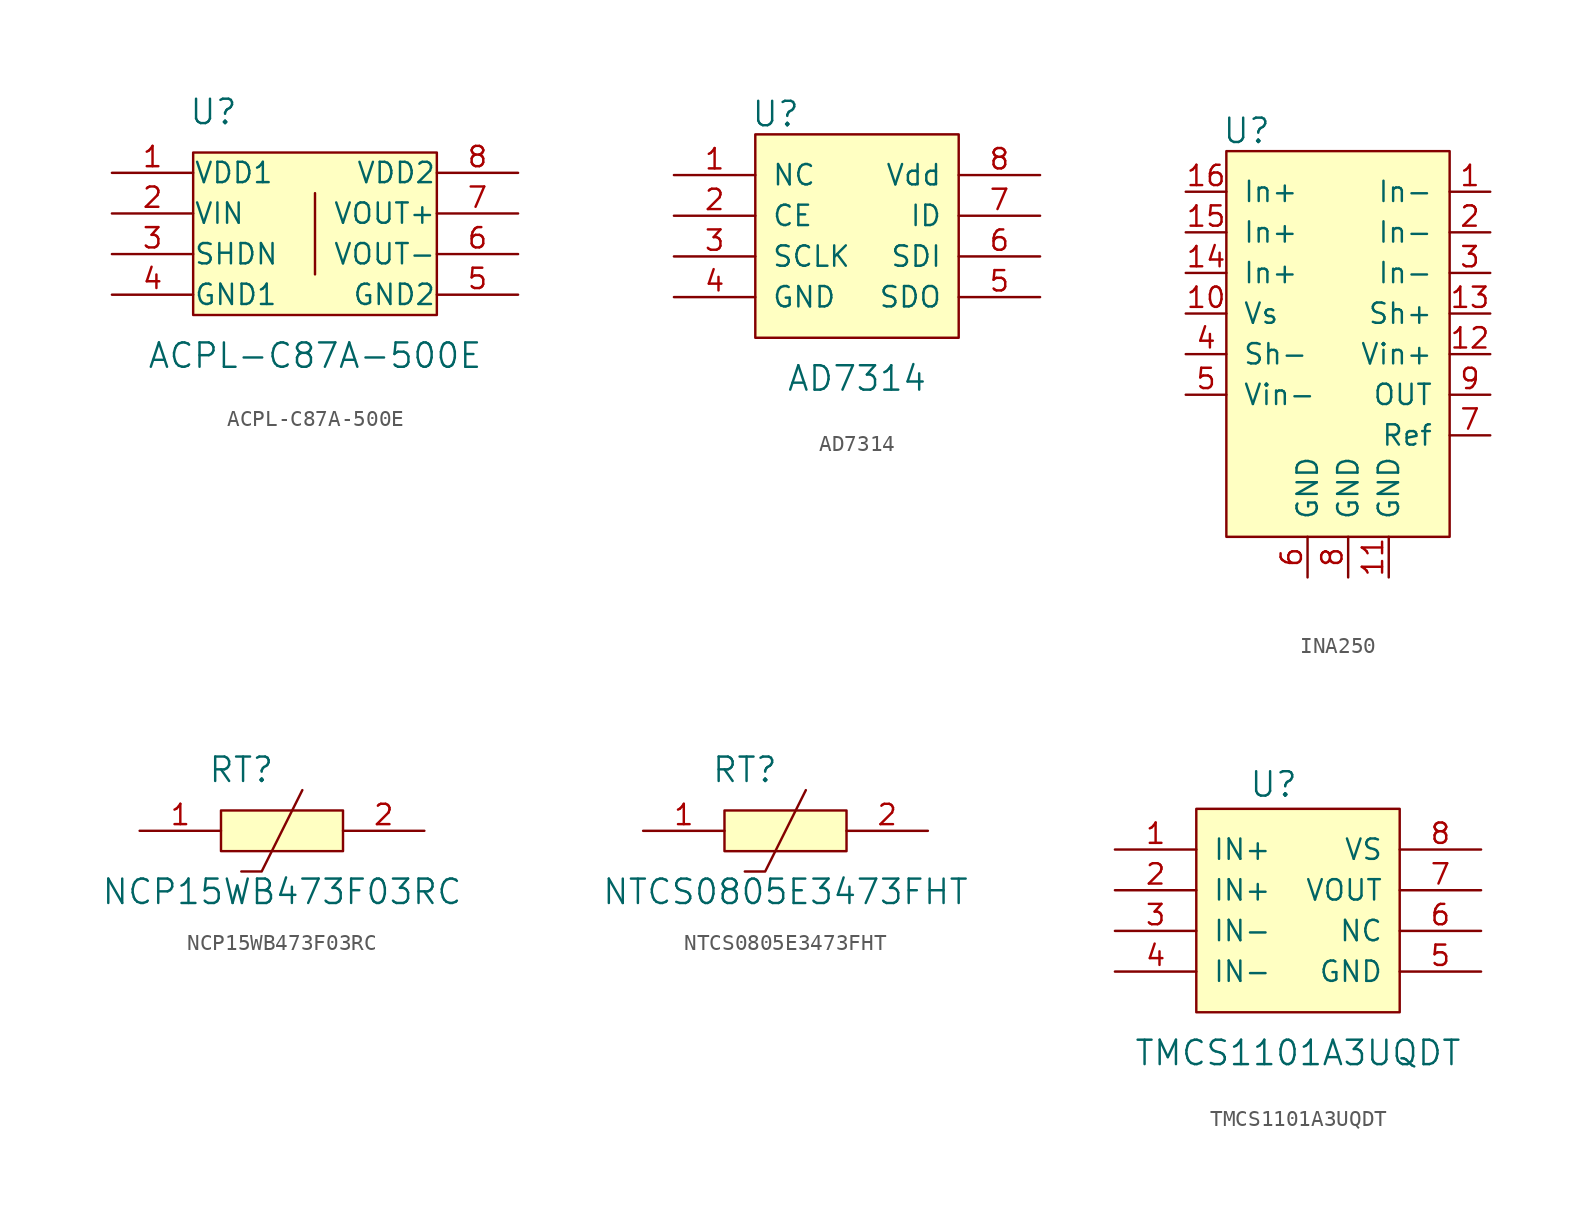
<source format=kicad_sym>
(kicad_symbol_lib
  (version 20211014)
  (generator kicad_symbol_editor)
  (symbol "ACPL-C87A-500E"
    (pin_names
      (offset 0.025))
    (property "Reference" "U"
      (at -6.35 12.7 0)
      (effects (font (size 1.524 1.524))))
    (property "Value" "ACPL-C87A-500E"
      (at 0 -2.54 0)
      (effects (font (size 1.524 1.524))))
    (symbol "ACPL-C87A-500E_0_1"
      (rectangle (start -7.62 10.16) (end 7.62 0) (stroke (width 0) (type default) (color 0 0 0 0)) (fill (type background)))
      (polyline (pts (xy 0 7.62) (xy 0 2.54)) (stroke (width 0) (type default) (color 0 0 0 0)) (fill (type none))))
    (symbol "ACPL-C87A-500E_1_1"
      (pin input line (at -12.7 8.89 0) (length 5.08) (name "VDD1" (effects (font (size 1.27 1.27)))) (number "1" (effects (font (size 1.27 1.27)))))
      (pin input line (at -12.7 6.35 0) (length 5.08) (name "VIN" (effects (font (size 1.27 1.27)))) (number "2" (effects (font (size 1.27 1.27)))))
      (pin input line (at -12.7 3.81 0) (length 5.08) (name "SHDN" (effects (font (size 1.27 1.27)))) (number "3" (effects (font (size 1.27 1.27)))))
      (pin input line (at -12.7 1.27 0) (length 5.08) (name "GND1" (effects (font (size 1.27 1.27)))) (number "4" (effects (font (size 1.27 1.27)))))
      (pin input line (at 12.7 1.27 180) (length 5.08) (name "GND2" (effects (font (size 1.27 1.27)))) (number "5" (effects (font (size 1.27 1.27)))))
      (pin input line (at 12.7 3.81 180) (length 5.08) (name "VOUT-" (effects (font (size 1.27 1.27)))) (number "6" (effects (font (size 1.27 1.27)))))
      (pin input line (at 12.7 6.35 180) (length 5.08) (name "VOUT+" (effects (font (size 1.27 1.27)))) (number "7" (effects (font (size 1.27 1.27)))))
      (pin input line (at 12.7 8.89 180) (length 5.08) (name "VDD2" (effects (font (size 1.27 1.27)))) (number "8" (effects (font (size 1.27 1.27)))))))
  (symbol "AD7314"
    (pin_names
      (offset 1.016))
    (property "Reference" "U"
      (at -5.08 13.97 0)
      (effects (font (size 1.524 1.524))))
    (property "Value" "AD7314"
      (at 0 -2.54 0)
      (effects (font (size 1.524 1.524))))
    (symbol "AD7314_0_1"
      (rectangle (start -6.35 12.7) (end 6.35 0) (stroke (width 0) (type default) (color 0 0 0 0)) (fill (type background))))
    (symbol "AD7314_1_1"
      (pin input line (at -11.43 10.16 0) (length 5.08) (name "NC" (effects (font (size 1.27 1.27)))) (number "1" (effects (font (size 1.27 1.27)))))
      (pin input line (at -11.43 7.62 0) (length 5.08) (name "CE" (effects (font (size 1.27 1.27)))) (number "2" (effects (font (size 1.27 1.27)))))
      (pin input line (at -11.43 5.08 0) (length 5.08) (name "SCLK" (effects (font (size 1.27 1.27)))) (number "3" (effects (font (size 1.27 1.27)))))
      (pin input line (at -11.43 2.54 0) (length 5.08) (name "GND" (effects (font (size 1.27 1.27)))) (number "4" (effects (font (size 1.27 1.27)))))
      (pin input line (at 11.43 2.54 180) (length 5.08) (name "SDO" (effects (font (size 1.27 1.27)))) (number "5" (effects (font (size 1.27 1.27)))))
      (pin input line (at 11.43 5.08 180) (length 5.08) (name "SDI" (effects (font (size 1.27 1.27)))) (number "6" (effects (font (size 1.27 1.27)))))
      (pin input line (at 11.43 7.62 180) (length 5.08) (name "ID" (effects (font (size 1.27 1.27)))) (number "7" (effects (font (size 1.27 1.27)))))
      (pin input line (at 11.43 10.16 180) (length 5.08) (name "Vdd" (effects (font (size 1.27 1.27)))) (number "8" (effects (font (size 1.27 1.27)))))))
  (symbol "INA250"
    (pin_names
      (offset 1.016))
    (property "Reference" "U"
      (at -6.35 25.4 0)
      (effects (font (size 1.524 1.524))))
    (symbol "INA250_0_1"
      (rectangle (start -7.62 24.13) (end 6.35 0) (stroke (width 0) (type default) (color 0 0 0 0)) (fill (type background))))
    (symbol "INA250_1_1"
      (pin input line (at 8.89 21.59 180) (length 2.54) (name "In-" (effects (font (size 1.27 1.27)))) (number "1" (effects (font (size 1.27 1.27)))))
      (pin input line (at -10.16 13.97 0) (length 2.54) (name "Vs" (effects (font (size 1.27 1.27)))) (number "10" (effects (font (size 1.27 1.27)))))
      (pin output line (at 2.54 -2.54 90) (length 2.54) (name "GND" (effects (font (size 1.27 1.27)))) (number "11" (effects (font (size 1.27 1.27)))))
      (pin input line (at 8.89 11.43 180) (length 2.54) (name "Vin+" (effects (font (size 1.27 1.27)))) (number "12" (effects (font (size 1.27 1.27)))))
      (pin input line (at 8.89 13.97 180) (length 2.54) (name "Sh+" (effects (font (size 1.27 1.27)))) (number "13" (effects (font (size 1.27 1.27)))))
      (pin input line (at -10.16 16.51 0) (length 2.54) (name "In+" (effects (font (size 1.27 1.27)))) (number "14" (effects (font (size 1.27 1.27)))))
      (pin input line (at -10.16 19.05 0) (length 2.54) (name "In+" (effects (font (size 1.27 1.27)))) (number "15" (effects (font (size 1.27 1.27)))))
      (pin input line (at -10.16 21.59 0) (length 2.54) (name "In+" (effects (font (size 1.27 1.27)))) (number "16" (effects (font (size 1.27 1.27)))))
      (pin input line (at 8.89 19.05 180) (length 2.54) (name "In-" (effects (font (size 1.27 1.27)))) (number "2" (effects (font (size 1.27 1.27)))))
      (pin input line (at 8.89 16.51 180) (length 2.54) (name "In-" (effects (font (size 1.27 1.27)))) (number "3" (effects (font (size 1.27 1.27)))))
      (pin input line (at -10.16 11.43 0) (length 2.54) (name "Sh-" (effects (font (size 1.27 1.27)))) (number "4" (effects (font (size 1.27 1.27)))))
      (pin input line (at -10.16 8.89 0) (length 2.54) (name "Vin-" (effects (font (size 1.27 1.27)))) (number "5" (effects (font (size 1.27 1.27)))))
      (pin output line (at -2.54 -2.54 90) (length 2.54) (name "GND" (effects (font (size 1.27 1.27)))) (number "6" (effects (font (size 1.27 1.27)))))
      (pin input line (at 8.89 6.35 180) (length 2.54) (name "Ref" (effects (font (size 1.27 1.27)))) (number "7" (effects (font (size 1.27 1.27)))))
      (pin output line (at 0 -2.54 90) (length 2.54) (name "GND" (effects (font (size 1.27 1.27)))) (number "8" (effects (font (size 1.27 1.27)))))
      (pin output line (at 8.89 8.89 180) (length 2.54) (name "OUT" (effects (font (size 1.27 1.27)))) (number "9" (effects (font (size 1.27 1.27)))))))
  (symbol "NCP15WB473F03RC"
    (pin_names
      (offset 1.016))
    (property "Reference" "RT"
      (at -2.54 5.08 0)
      (effects (font (size 1.524 1.524))))
    (property "Value" "NCP15WB473F03RC"
      (at 0 -2.54 0)
      (effects (font (size 1.524 1.524))))
    (symbol "NCP15WB473F03RC_0_1"
      (rectangle (start -3.81 0) (end 3.81 2.54) (stroke (width 0) (type default) (color 0 0 0 0)) (fill (type background)))
      (polyline (pts (xy -2.54 -1.27) (xy -1.27 -1.27) (xy 1.27 3.81)) (stroke (width 0) (type default) (color 0 0 0 0)) (fill (type none))))
    (symbol "NCP15WB473F03RC_1_1"
      (pin input line (at -8.89 1.27 0) (length 5.08) (name "~" (effects (font (size 1.27 1.27)))) (number "1" (effects (font (size 1.27 1.27)))))
      (pin input line (at 8.89 1.27 180) (length 5.08) (name "~" (effects (font (size 1.27 1.27)))) (number "2" (effects (font (size 1.27 1.27)))))))
  (symbol "NTCS0805E3473FHT"
    (pin_names
      (offset 1.016))
    (property "Reference" "RT"
      (at -2.54 5.08 0)
      (effects (font (size 1.524 1.524))))
    (property "Value" "NTCS0805E3473FHT"
      (at 0 -2.54 0)
      (effects (font (size 1.524 1.524))))
    (symbol "NTCS0805E3473FHT_0_1"
      (rectangle (start -3.81 0) (end 3.81 2.54) (stroke (width 0) (type default) (color 0 0 0 0)) (fill (type background)))
      (polyline (pts (xy -2.54 -1.27) (xy -1.27 -1.27) (xy 1.27 3.81)) (stroke (width 0) (type default) (color 0 0 0 0)) (fill (type none))))
    (symbol "NTCS0805E3473FHT_1_1"
      (pin input line (at -8.89 1.27 0) (length 5.08) (name "~" (effects (font (size 1.27 1.27)))) (number "1" (effects (font (size 1.27 1.27)))))
      (pin input line (at 8.89 1.27 180) (length 5.08) (name "~" (effects (font (size 1.27 1.27)))) (number "2" (effects (font (size 1.27 1.27)))))))
  (symbol "TMCS1101A3UQDT"
    (pin_names
      (offset 1.016))
    (property "Reference" "U"
      (at -1.524 14.224 0)
      (effects (font (size 1.524 1.524))))
    (property "Value" "TMCS1101A3UQDT"
      (at 0 -2.54 0)
      (effects (font (size 1.524 1.524))))
    (symbol "TMCS1101A3UQDT_0_1"
      (rectangle (start -6.35 12.7) (end 6.35 0) (stroke (width 0) (type default) (color 0 0 0 0)) (fill (type background))))
    (symbol "TMCS1101A3UQDT_1_1"
      (pin input line (at -11.43 10.16 0) (length 5.08) (name "IN+" (effects (font (size 1.27 1.27)))) (number "1" (effects (font (size 1.27 1.27)))))
      (pin input line (at -11.43 7.62 0) (length 5.08) (name "IN+" (effects (font (size 1.27 1.27)))) (number "2" (effects (font (size 1.27 1.27)))))
      (pin input line (at -11.43 5.08 0) (length 5.08) (name "IN-" (effects (font (size 1.27 1.27)))) (number "3" (effects (font (size 1.27 1.27)))))
      (pin input line (at -11.43 2.54 0) (length 5.08) (name "IN-" (effects (font (size 1.27 1.27)))) (number "4" (effects (font (size 1.27 1.27)))))
      (pin input line (at 11.43 2.54 180) (length 5.08) (name "GND" (effects (font (size 1.27 1.27)))) (number "5" (effects (font (size 1.27 1.27)))))
      (pin input line (at 11.43 5.08 180) (length 5.08) (name "NC" (effects (font (size 1.27 1.27)))) (number "6" (effects (font (size 1.27 1.27)))))
      (pin input line (at 11.43 7.62 180) (length 5.08) (name "VOUT" (effects (font (size 1.27 1.27)))) (number "7" (effects (font (size 1.27 1.27)))))
      (pin input line (at 11.43 10.16 180) (length 5.08) (name "VS" (effects (font (size 1.27 1.27)))) (number "8" (effects (font (size 1.27 1.27))))))))
</source>
